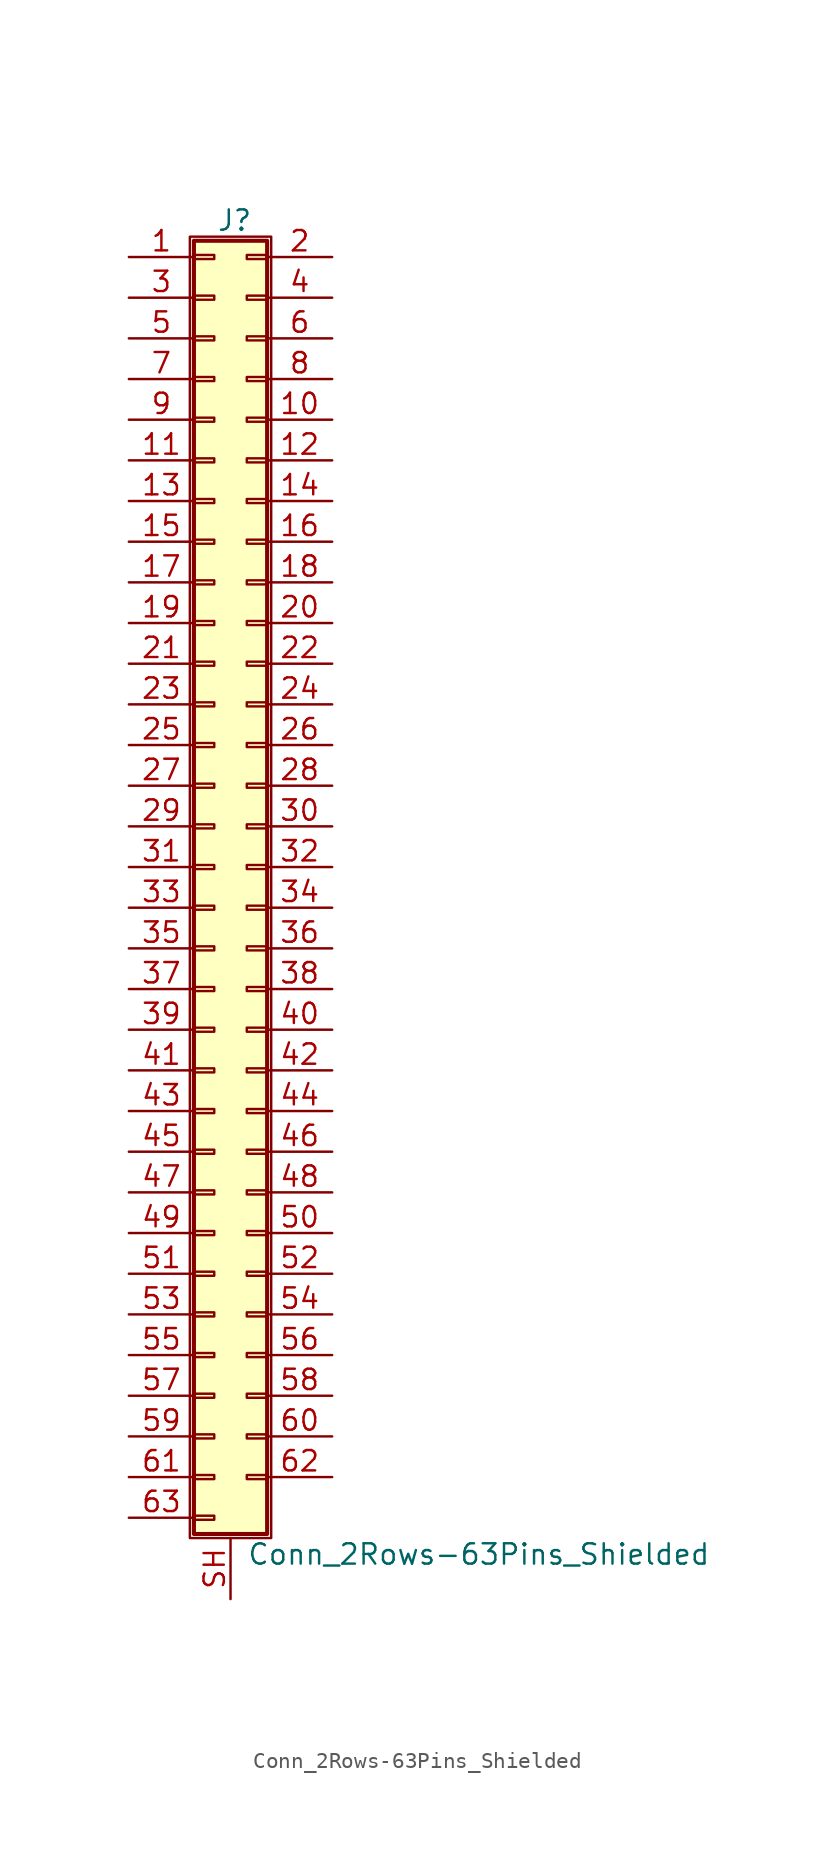
<source format=kicad_sym>
(kicad_symbol_lib
  (version 20201005)
  (generator kicad_symbol_editor)
  (symbol "Conn_2Rows-63Pins_Shielded"
    (pin_names
      (offset 1.016) hide)
    (property "Reference" "J"
      (at 1.524 40.386 0)
      (effects (font (size 1.27 1.27))))
    (property "Value" "Conn_2Rows-63Pins_Shielded"
      (at 2.286 -42.926 0)
      (effects (font (size 1.27 1.27)) (justify left)))
    (symbol "Conn_2Rows-63Pins_Shielded_1_1"
      (rectangle (start -1.27 39.37) (end 3.81 -41.91) (stroke (width 0.152)) (fill (type none)))
      (rectangle (start -1.016 -40.513) (end 0.254 -40.767) (stroke (width 0.152)) (fill (type none)))
      (rectangle (start -1.016 -37.973) (end 0.254 -38.227) (stroke (width 0.152)) (fill (type none)))
      (rectangle (start -1.016 -35.433) (end 0.254 -35.687) (stroke (width 0.152)) (fill (type none)))
      (rectangle (start -1.016 -32.893) (end 0.254 -33.147) (stroke (width 0.152)) (fill (type none)))
      (rectangle (start -1.016 -30.353) (end 0.254 -30.607) (stroke (width 0.152)) (fill (type none)))
      (rectangle (start -1.016 -27.813) (end 0.254 -28.067) (stroke (width 0.152)) (fill (type none)))
      (rectangle (start -1.016 -25.273) (end 0.254 -25.527) (stroke (width 0.152)) (fill (type none)))
      (rectangle (start -1.016 -22.733) (end 0.254 -22.987) (stroke (width 0.152)) (fill (type none)))
      (rectangle (start -1.016 -20.193) (end 0.254 -20.447) (stroke (width 0.152)) (fill (type none)))
      (rectangle (start -1.016 -17.653) (end 0.254 -17.907) (stroke (width 0.152)) (fill (type none)))
      (rectangle (start -1.016 -15.113) (end 0.254 -15.367) (stroke (width 0.152)) (fill (type none)))
      (rectangle (start -1.016 -12.573) (end 0.254 -12.827) (stroke (width 0.152)) (fill (type none)))
      (rectangle (start -1.016 -10.033) (end 0.254 -10.287) (stroke (width 0.152)) (fill (type none)))
      (rectangle (start -1.016 -7.493) (end 0.254 -7.747) (stroke (width 0.152)) (fill (type none)))
      (rectangle (start -1.016 -4.953) (end 0.254 -5.207) (stroke (width 0.152)) (fill (type none)))
      (rectangle (start -1.016 -2.413) (end 0.254 -2.667) (stroke (width 0.152)) (fill (type none)))
      (rectangle (start -1.016 0.127) (end 0.254 -0.127) (stroke (width 0.152)) (fill (type none)))
      (rectangle (start -1.016 2.667) (end 0.254 2.413) (stroke (width 0.152)) (fill (type none)))
      (rectangle (start -1.016 5.207) (end 0.254 4.953) (stroke (width 0.152)) (fill (type none)))
      (rectangle (start -1.016 7.747) (end 0.254 7.493) (stroke (width 0.152)) (fill (type none)))
      (rectangle (start -1.016 10.287) (end 0.254 10.033) (stroke (width 0.152)) (fill (type none)))
      (rectangle (start -1.016 12.827) (end 0.254 12.573) (stroke (width 0.152)) (fill (type none)))
      (rectangle (start -1.016 15.367) (end 0.254 15.113) (stroke (width 0.152)) (fill (type none)))
      (rectangle (start -1.016 17.907) (end 0.254 17.653) (stroke (width 0.152)) (fill (type none)))
      (rectangle (start -1.016 20.447) (end 0.254 20.193) (stroke (width 0.152)) (fill (type none)))
      (rectangle (start -1.016 22.987) (end 0.254 22.733) (stroke (width 0.152)) (fill (type none)))
      (rectangle (start -1.016 25.527) (end 0.254 25.273) (stroke (width 0.152)) (fill (type none)))
      (rectangle (start -1.016 28.067) (end 0.254 27.813) (stroke (width 0.152)) (fill (type none)))
      (rectangle (start -1.016 30.607) (end 0.254 30.353) (stroke (width 0.152)) (fill (type none)))
      (rectangle (start -1.016 33.147) (end 0.254 32.893) (stroke (width 0.152)) (fill (type none)))
      (rectangle (start -1.016 35.687) (end 0.254 35.433) (stroke (width 0.152)) (fill (type none)))
      (rectangle (start -1.016 38.227) (end 0.254 37.973) (stroke (width 0.152)) (fill (type none)))
      (rectangle (start -1.016 39.116) (end 3.556 -41.656) (stroke (width 0.254)) (fill (type background)))
      (rectangle (start 3.556 -37.973) (end 2.286 -38.227) (stroke (width 0.152)) (fill (type none)))
      (rectangle (start 3.556 -35.433) (end 2.286 -35.687) (stroke (width 0.152)) (fill (type none)))
      (rectangle (start 3.556 -32.893) (end 2.286 -33.147) (stroke (width 0.152)) (fill (type none)))
      (rectangle (start 3.556 -30.353) (end 2.286 -30.607) (stroke (width 0.152)) (fill (type none)))
      (rectangle (start 3.556 -27.813) (end 2.286 -28.067) (stroke (width 0.152)) (fill (type none)))
      (rectangle (start 3.556 -25.273) (end 2.286 -25.527) (stroke (width 0.152)) (fill (type none)))
      (rectangle (start 3.556 -22.733) (end 2.286 -22.987) (stroke (width 0.152)) (fill (type none)))
      (rectangle (start 3.556 -20.193) (end 2.286 -20.447) (stroke (width 0.152)) (fill (type none)))
      (rectangle (start 3.556 -17.653) (end 2.286 -17.907) (stroke (width 0.152)) (fill (type none)))
      (rectangle (start 3.556 -15.113) (end 2.286 -15.367) (stroke (width 0.152)) (fill (type none)))
      (rectangle (start 3.556 -12.573) (end 2.286 -12.827) (stroke (width 0.152)) (fill (type none)))
      (rectangle (start 3.556 -10.033) (end 2.286 -10.287) (stroke (width 0.152)) (fill (type none)))
      (rectangle (start 3.556 -7.493) (end 2.286 -7.747) (stroke (width 0.152)) (fill (type none)))
      (rectangle (start 3.556 -4.953) (end 2.286 -5.207) (stroke (width 0.152)) (fill (type none)))
      (rectangle (start 3.556 -2.413) (end 2.286 -2.667) (stroke (width 0.152)) (fill (type none)))
      (rectangle (start 3.556 0.127) (end 2.286 -0.127) (stroke (width 0.152)) (fill (type none)))
      (rectangle (start 3.556 2.667) (end 2.286 2.413) (stroke (width 0.152)) (fill (type none)))
      (rectangle (start 3.556 5.207) (end 2.286 4.953) (stroke (width 0.152)) (fill (type none)))
      (rectangle (start 3.556 7.747) (end 2.286 7.493) (stroke (width 0.152)) (fill (type none)))
      (rectangle (start 3.556 10.287) (end 2.286 10.033) (stroke (width 0.152)) (fill (type none)))
      (rectangle (start 3.556 12.827) (end 2.286 12.573) (stroke (width 0.152)) (fill (type none)))
      (rectangle (start 3.556 15.367) (end 2.286 15.113) (stroke (width 0.152)) (fill (type none)))
      (rectangle (start 3.556 17.907) (end 2.286 17.653) (stroke (width 0.152)) (fill (type none)))
      (rectangle (start 3.556 20.447) (end 2.286 20.193) (stroke (width 0.152)) (fill (type none)))
      (rectangle (start 3.556 22.987) (end 2.286 22.733) (stroke (width 0.152)) (fill (type none)))
      (rectangle (start 3.556 25.527) (end 2.286 25.273) (stroke (width 0.152)) (fill (type none)))
      (rectangle (start 3.556 28.067) (end 2.286 27.813) (stroke (width 0.152)) (fill (type none)))
      (rectangle (start 3.556 30.607) (end 2.286 30.353) (stroke (width 0.152)) (fill (type none)))
      (rectangle (start 3.556 33.147) (end 2.286 32.893) (stroke (width 0.152)) (fill (type none)))
      (rectangle (start 3.556 35.687) (end 2.286 35.433) (stroke (width 0.152)) (fill (type none)))
      (rectangle (start 3.556 38.227) (end 2.286 37.973) (stroke (width 0.152)) (fill (type none)))
      (pin passive line (at -5.08 38.1 0) (length 4.064) (name "Pin_1" (effects (font (size 1.27 1.27)))) (number "1" (effects (font (size 1.27 1.27)))))
      (pin passive line (at 7.62 27.94 180) (length 4.064) (name "Pin_10" (effects (font (size 1.27 1.27)))) (number "10" (effects (font (size 1.27 1.27)))))
      (pin passive line (at -5.08 25.4 0) (length 4.064) (name "Pin_11" (effects (font (size 1.27 1.27)))) (number "11" (effects (font (size 1.27 1.27)))))
      (pin passive line (at 7.62 25.4 180) (length 4.064) (name "Pin_12" (effects (font (size 1.27 1.27)))) (number "12" (effects (font (size 1.27 1.27)))))
      (pin passive line (at -5.08 22.86 0) (length 4.064) (name "Pin_13" (effects (font (size 1.27 1.27)))) (number "13" (effects (font (size 1.27 1.27)))))
      (pin passive line (at 7.62 22.86 180) (length 4.064) (name "Pin_14" (effects (font (size 1.27 1.27)))) (number "14" (effects (font (size 1.27 1.27)))))
      (pin passive line (at -5.08 20.32 0) (length 4.064) (name "Pin_15" (effects (font (size 1.27 1.27)))) (number "15" (effects (font (size 1.27 1.27)))))
      (pin passive line (at 7.62 20.32 180) (length 4.064) (name "Pin_16" (effects (font (size 1.27 1.27)))) (number "16" (effects (font (size 1.27 1.27)))))
      (pin passive line (at -5.08 17.78 0) (length 4.064) (name "Pin_17" (effects (font (size 1.27 1.27)))) (number "17" (effects (font (size 1.27 1.27)))))
      (pin passive line (at 7.62 17.78 180) (length 4.064) (name "Pin_18" (effects (font (size 1.27 1.27)))) (number "18" (effects (font (size 1.27 1.27)))))
      (pin passive line (at -5.08 15.24 0) (length 4.064) (name "Pin_19" (effects (font (size 1.27 1.27)))) (number "19" (effects (font (size 1.27 1.27)))))
      (pin passive line (at 7.62 38.1 180) (length 4.064) (name "Pin_2" (effects (font (size 1.27 1.27)))) (number "2" (effects (font (size 1.27 1.27)))))
      (pin passive line (at 7.62 15.24 180) (length 4.064) (name "Pin_20" (effects (font (size 1.27 1.27)))) (number "20" (effects (font (size 1.27 1.27)))))
      (pin passive line (at -5.08 12.7 0) (length 4.064) (name "Pin_21" (effects (font (size 1.27 1.27)))) (number "21" (effects (font (size 1.27 1.27)))))
      (pin passive line (at 7.62 12.7 180) (length 4.064) (name "Pin_22" (effects (font (size 1.27 1.27)))) (number "22" (effects (font (size 1.27 1.27)))))
      (pin passive line (at -5.08 10.16 0) (length 4.064) (name "Pin_23" (effects (font (size 1.27 1.27)))) (number "23" (effects (font (size 1.27 1.27)))))
      (pin passive line (at 7.62 10.16 180) (length 4.064) (name "Pin_24" (effects (font (size 1.27 1.27)))) (number "24" (effects (font (size 1.27 1.27)))))
      (pin passive line (at -5.08 7.62 0) (length 4.064) (name "Pin_25" (effects (font (size 1.27 1.27)))) (number "25" (effects (font (size 1.27 1.27)))))
      (pin passive line (at 7.62 7.62 180) (length 4.064) (name "Pin_26" (effects (font (size 1.27 1.27)))) (number "26" (effects (font (size 1.27 1.27)))))
      (pin passive line (at -5.08 5.08 0) (length 4.064) (name "Pin_27" (effects (font (size 1.27 1.27)))) (number "27" (effects (font (size 1.27 1.27)))))
      (pin passive line (at 7.62 5.08 180) (length 4.064) (name "Pin_28" (effects (font (size 1.27 1.27)))) (number "28" (effects (font (size 1.27 1.27)))))
      (pin passive line (at -5.08 2.54 0) (length 4.064) (name "Pin_29" (effects (font (size 1.27 1.27)))) (number "29" (effects (font (size 1.27 1.27)))))
      (pin passive line (at -5.08 35.56 0) (length 4.064) (name "Pin_3" (effects (font (size 1.27 1.27)))) (number "3" (effects (font (size 1.27 1.27)))))
      (pin passive line (at 7.62 2.54 180) (length 4.064) (name "Pin_30" (effects (font (size 1.27 1.27)))) (number "30" (effects (font (size 1.27 1.27)))))
      (pin passive line (at -5.08 0 0) (length 4.064) (name "Pin_31" (effects (font (size 1.27 1.27)))) (number "31" (effects (font (size 1.27 1.27)))))
      (pin passive line (at 7.62 0 180) (length 4.064) (name "Pin_32" (effects (font (size 1.27 1.27)))) (number "32" (effects (font (size 1.27 1.27)))))
      (pin passive line (at -5.08 -2.54 0) (length 4.064) (name "Pin_33" (effects (font (size 1.27 1.27)))) (number "33" (effects (font (size 1.27 1.27)))))
      (pin passive line (at 7.62 -2.54 180) (length 4.064) (name "Pin_34" (effects (font (size 1.27 1.27)))) (number "34" (effects (font (size 1.27 1.27)))))
      (pin passive line (at -5.08 -5.08 0) (length 4.064) (name "Pin_35" (effects (font (size 1.27 1.27)))) (number "35" (effects (font (size 1.27 1.27)))))
      (pin passive line (at 7.62 -5.08 180) (length 4.064) (name "Pin_36" (effects (font (size 1.27 1.27)))) (number "36" (effects (font (size 1.27 1.27)))))
      (pin passive line (at -5.08 -7.62 0) (length 4.064) (name "Pin_37" (effects (font (size 1.27 1.27)))) (number "37" (effects (font (size 1.27 1.27)))))
      (pin passive line (at 7.62 -7.62 180) (length 4.064) (name "Pin_38" (effects (font (size 1.27 1.27)))) (number "38" (effects (font (size 1.27 1.27)))))
      (pin passive line (at -5.08 -10.16 0) (length 4.064) (name "Pin_39" (effects (font (size 1.27 1.27)))) (number "39" (effects (font (size 1.27 1.27)))))
      (pin passive line (at 7.62 35.56 180) (length 4.064) (name "Pin_4" (effects (font (size 1.27 1.27)))) (number "4" (effects (font (size 1.27 1.27)))))
      (pin passive line (at 7.62 -10.16 180) (length 4.064) (name "Pin_40" (effects (font (size 1.27 1.27)))) (number "40" (effects (font (size 1.27 1.27)))))
      (pin passive line (at -5.08 -12.7 0) (length 4.064) (name "Pin_41" (effects (font (size 1.27 1.27)))) (number "41" (effects (font (size 1.27 1.27)))))
      (pin passive line (at 7.62 -12.7 180) (length 4.064) (name "Pin_42" (effects (font (size 1.27 1.27)))) (number "42" (effects (font (size 1.27 1.27)))))
      (pin passive line (at -5.08 -15.24 0) (length 4.064) (name "Pin_43" (effects (font (size 1.27 1.27)))) (number "43" (effects (font (size 1.27 1.27)))))
      (pin passive line (at 7.62 -15.24 180) (length 4.064) (name "Pin_44" (effects (font (size 1.27 1.27)))) (number "44" (effects (font (size 1.27 1.27)))))
      (pin passive line (at -5.08 -17.78 0) (length 4.064) (name "Pin_45" (effects (font (size 1.27 1.27)))) (number "45" (effects (font (size 1.27 1.27)))))
      (pin passive line (at 7.62 -17.78 180) (length 4.064) (name "Pin_46" (effects (font (size 1.27 1.27)))) (number "46" (effects (font (size 1.27 1.27)))))
      (pin passive line (at -5.08 -20.32 0) (length 4.064) (name "Pin_47" (effects (font (size 1.27 1.27)))) (number "47" (effects (font (size 1.27 1.27)))))
      (pin passive line (at 7.62 -20.32 180) (length 4.064) (name "Pin_48" (effects (font (size 1.27 1.27)))) (number "48" (effects (font (size 1.27 1.27)))))
      (pin passive line (at -5.08 -22.86 0) (length 4.064) (name "Pin_49" (effects (font (size 1.27 1.27)))) (number "49" (effects (font (size 1.27 1.27)))))
      (pin passive line (at -5.08 33.02 0) (length 4.064) (name "Pin_5" (effects (font (size 1.27 1.27)))) (number "5" (effects (font (size 1.27 1.27)))))
      (pin passive line (at 7.62 -22.86 180) (length 4.064) (name "Pin_50" (effects (font (size 1.27 1.27)))) (number "50" (effects (font (size 1.27 1.27)))))
      (pin passive line (at -5.08 -25.4 0) (length 4.064) (name "Pin_51" (effects (font (size 1.27 1.27)))) (number "51" (effects (font (size 1.27 1.27)))))
      (pin passive line (at 7.62 -25.4 180) (length 4.064) (name "Pin_52" (effects (font (size 1.27 1.27)))) (number "52" (effects (font (size 1.27 1.27)))))
      (pin passive line (at -5.08 -27.94 0) (length 4.064) (name "Pin_53" (effects (font (size 1.27 1.27)))) (number "53" (effects (font (size 1.27 1.27)))))
      (pin passive line (at 7.62 -27.94 180) (length 4.064) (name "Pin_54" (effects (font (size 1.27 1.27)))) (number "54" (effects (font (size 1.27 1.27)))))
      (pin passive line (at -5.08 -30.48 0) (length 4.064) (name "Pin_55" (effects (font (size 1.27 1.27)))) (number "55" (effects (font (size 1.27 1.27)))))
      (pin passive line (at 7.62 -30.48 180) (length 4.064) (name "Pin_56" (effects (font (size 1.27 1.27)))) (number "56" (effects (font (size 1.27 1.27)))))
      (pin passive line (at -5.08 -33.02 0) (length 4.064) (name "Pin_57" (effects (font (size 1.27 1.27)))) (number "57" (effects (font (size 1.27 1.27)))))
      (pin passive line (at 7.62 -33.02 180) (length 4.064) (name "Pin_58" (effects (font (size 1.27 1.27)))) (number "58" (effects (font (size 1.27 1.27)))))
      (pin passive line (at -5.08 -35.56 0) (length 4.064) (name "Pin_59" (effects (font (size 1.27 1.27)))) (number "59" (effects (font (size 1.27 1.27)))))
      (pin passive line (at 7.62 33.02 180) (length 4.064) (name "Pin_6" (effects (font (size 1.27 1.27)))) (number "6" (effects (font (size 1.27 1.27)))))
      (pin passive line (at 7.62 -35.56 180) (length 4.064) (name "Pin_60" (effects (font (size 1.27 1.27)))) (number "60" (effects (font (size 1.27 1.27)))))
      (pin passive line (at -5.08 -38.1 0) (length 4.064) (name "Pin_61" (effects (font (size 1.27 1.27)))) (number "61" (effects (font (size 1.27 1.27)))))
      (pin passive line (at 7.62 -38.1 180) (length 4.064) (name "Pin_62" (effects (font (size 1.27 1.27)))) (number "62" (effects (font (size 1.27 1.27)))))
      (pin passive line (at -5.08 -40.64 0) (length 4.064) (name "Pin_63" (effects (font (size 1.27 1.27)))) (number "63" (effects (font (size 1.27 1.27)))))
      (pin passive line (at -5.08 30.48 0) (length 4.064) (name "Pin_7" (effects (font (size 1.27 1.27)))) (number "7" (effects (font (size 1.27 1.27)))))
      (pin passive line (at 7.62 30.48 180) (length 4.064) (name "Pin_8" (effects (font (size 1.27 1.27)))) (number "8" (effects (font (size 1.27 1.27)))))
      (pin passive line (at -5.08 27.94 0) (length 4.064) (name "Pin_9" (effects (font (size 1.27 1.27)))) (number "9" (effects (font (size 1.27 1.27)))))
      (pin passive line (at 1.27 -45.72 90) (length 3.81) (name "Shield" (effects (font (size 1.27 1.27)))) (number "SH" (effects (font (size 1.27 1.27))))))))
</source>
